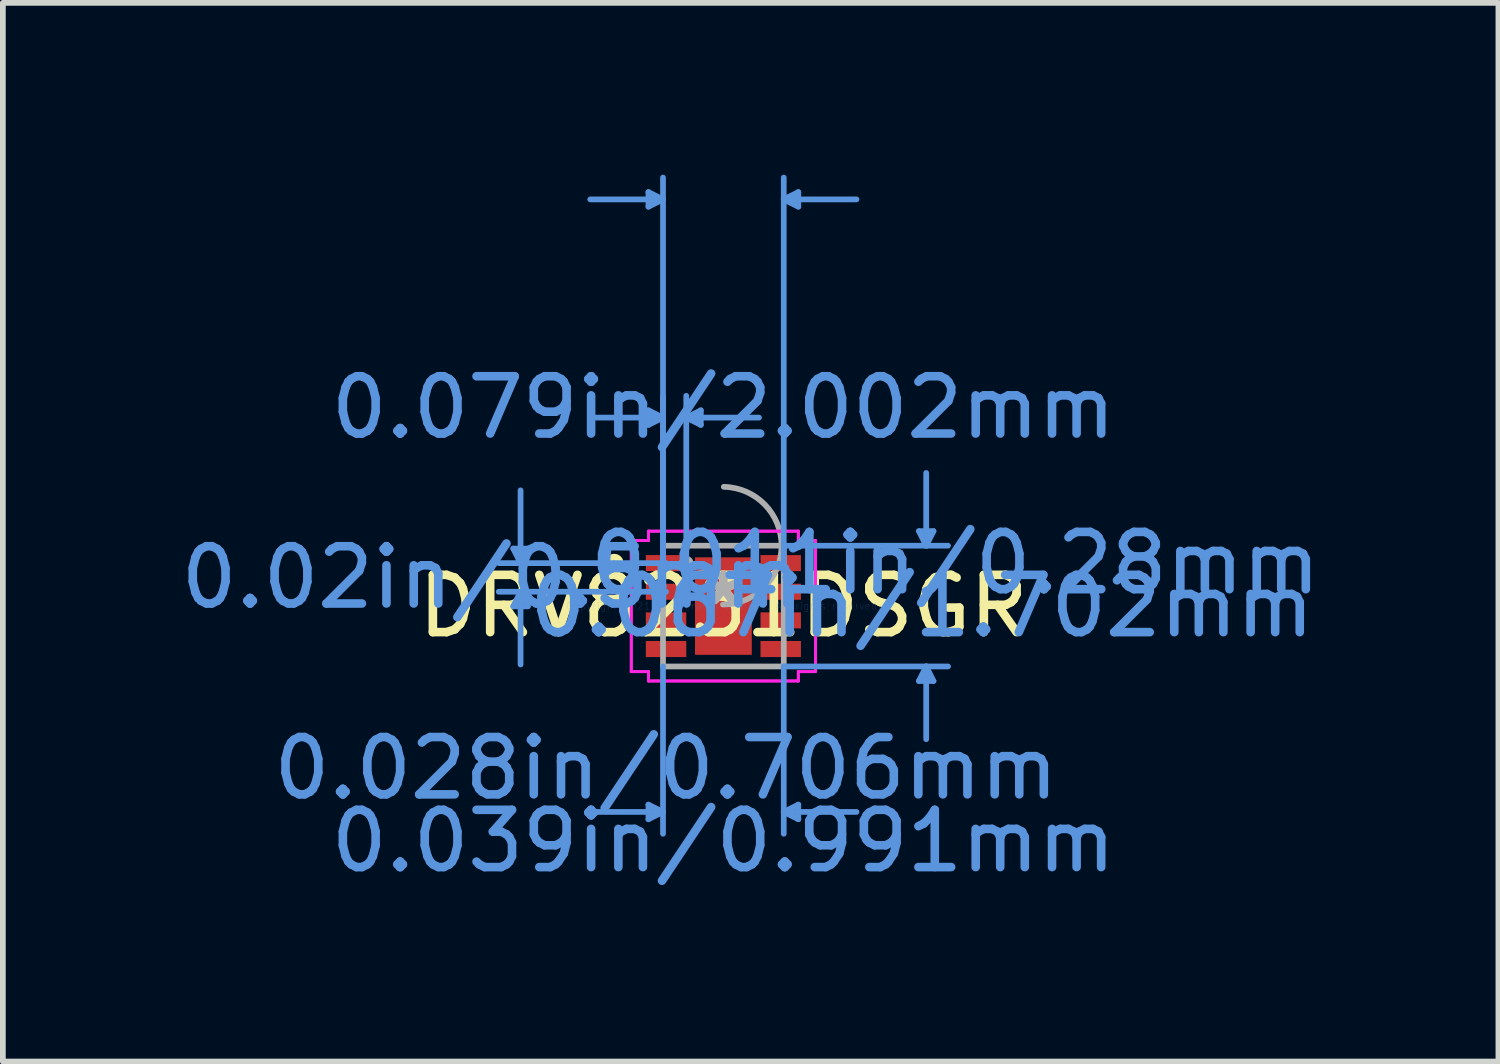
<source format=kicad_pcb>
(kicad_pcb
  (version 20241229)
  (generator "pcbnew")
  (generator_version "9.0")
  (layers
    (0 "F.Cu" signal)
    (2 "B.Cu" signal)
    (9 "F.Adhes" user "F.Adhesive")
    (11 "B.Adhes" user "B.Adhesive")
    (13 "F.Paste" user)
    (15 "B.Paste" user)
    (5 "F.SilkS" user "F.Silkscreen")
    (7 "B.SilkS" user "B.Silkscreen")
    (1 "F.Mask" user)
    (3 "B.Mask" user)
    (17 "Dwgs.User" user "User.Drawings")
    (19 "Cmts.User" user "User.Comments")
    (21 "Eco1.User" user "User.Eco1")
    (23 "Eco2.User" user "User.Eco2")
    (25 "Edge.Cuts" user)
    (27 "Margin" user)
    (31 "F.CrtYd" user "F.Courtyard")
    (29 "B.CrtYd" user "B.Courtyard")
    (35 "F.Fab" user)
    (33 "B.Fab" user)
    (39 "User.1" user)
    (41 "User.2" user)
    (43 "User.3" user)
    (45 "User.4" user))
  (footprint "DRV8231DSGR"
    (layer "F.Cu")
    (at 9.579 7.531)
    (property "Reference" "DRV8231DSGR" (at 0 0 0) (layer "F.SilkS") (effects (font (size 1 1) (thickness 0.15))))
    (attr through_hole)
    (fp_circle (center -1.905 -0.75) (end -1.803 -0.75) (stroke (width 0.12) (type solid)) (fill no) (layer "F.SilkS"))
    (fp_line (start -3.668 -1.004) (end -3.414 -1.004) (stroke (width 0.1) (type solid)) (layer "Cmts.User"))
    (fp_line (start -3.668 0.004) (end -3.414 0.004) (stroke (width 0.1) (type solid)) (layer "Cmts.User"))
    (fp_line (start -3.541 -0.75) (end -3.668 -1.004) (stroke (width 0.1) (type solid)) (layer "Cmts.User"))
    (fp_line (start -3.541 -0.75) (end -3.541 -2.02) (stroke (width 0.1) (type solid)) (layer "Cmts.User"))
    (fp_line (start -3.541 -0.75) (end -3.414 -1.004) (stroke (width 0.1) (type solid)) (layer "Cmts.User"))
    (fp_line (start -3.541 -0.25) (end -3.668 0.004) (stroke (width 0.1) (type solid)) (layer "Cmts.User"))
    (fp_line (start -3.541 -0.25) (end -3.541 1.02) (stroke (width 0.1) (type solid)) (layer "Cmts.User"))
    (fp_line (start -3.541 -0.25) (end -3.414 0.004) (stroke (width 0.1) (type solid)) (layer "Cmts.User"))
    (fp_line (start -1.308 -7.227) (end -1.308 -6.973) (stroke (width 0.1) (type solid)) (layer "Cmts.User"))
    (fp_line (start -1.308 -3.417) (end -1.308 -3.163) (stroke (width 0.1) (type solid)) (layer "Cmts.User"))
    (fp_line (start -1.308 3.467) (end -1.308 3.721) (stroke (width 0.1) (type solid)) (layer "Cmts.User"))
    (fp_line (start -1.054 -7.1) (end -2.324 -7.1) (stroke (width 0.1) (type solid)) (layer "Cmts.User"))
    (fp_line (start -1.054 -7.1) (end -1.308 -7.227) (stroke (width 0.1) (type solid)) (layer "Cmts.User"))
    (fp_line (start -1.054 -7.1) (end -1.308 -6.973) (stroke (width 0.1) (type solid)) (layer "Cmts.User"))
    (fp_line (start -1.054 -3.29) (end -2.324 -3.29) (stroke (width 0.1) (type solid)) (layer "Cmts.User"))
    (fp_line (start -1.054 -3.29) (end -1.308 -3.417) (stroke (width 0.1) (type solid)) (layer "Cmts.User"))
    (fp_line (start -1.054 -3.29) (end -1.308 -3.163) (stroke (width 0.1) (type solid)) (layer "Cmts.User"))
    (fp_line (start -1.054 -0.75) (end -1.054 -7.481) (stroke (width 0.1) (type solid)) (layer "Cmts.User"))
    (fp_line (start -1.054 -0.75) (end -1.054 -3.671) (stroke (width 0.1) (type solid)) (layer "Cmts.User"))
    (fp_line (start -1.054 1.054) (end -1.054 3.975) (stroke (width 0.1) (type solid)) (layer "Cmts.User"))
    (fp_line (start -1.054 3.594) (end -2.324 3.594) (stroke (width 0.1) (type solid)) (layer "Cmts.User"))
    (fp_line (start -1.054 3.594) (end -1.308 3.467) (stroke (width 0.1) (type solid)) (layer "Cmts.User"))
    (fp_line (start -1.054 3.594) (end -1.308 3.721) (stroke (width 0.1) (type solid)) (layer "Cmts.User"))
    (fp_line (start -1.001 -0.75) (end -3.922 -0.75) (stroke (width 0.1) (type solid)) (layer "Cmts.User"))
    (fp_line (start -1.001 -0.25) (end -3.922 -0.25) (stroke (width 0.1) (type solid)) (layer "Cmts.User"))
    (fp_line (start -0.648 -3.29) (end -0.394 -3.417) (stroke (width 0.1) (type solid)) (layer "Cmts.User"))
    (fp_line (start -0.648 -3.29) (end -0.394 -3.163) (stroke (width 0.1) (type solid)) (layer "Cmts.User"))
    (fp_line (start -0.648 -3.29) (end 0.622 -3.29) (stroke (width 0.1) (type solid)) (layer "Cmts.User"))
    (fp_line (start -0.648 -0.75) (end -0.648 -3.671) (stroke (width 0.1) (type solid)) (layer "Cmts.User"))
    (fp_line (start -0.394 -3.417) (end -0.394 -3.163) (stroke (width 0.1) (type solid)) (layer "Cmts.User"))
    (fp_line (start 1.054 -7.1) (end 1.308 -7.227) (stroke (width 0.1) (type solid)) (layer "Cmts.User"))
    (fp_line (start 1.054 -7.1) (end 1.308 -6.973) (stroke (width 0.1) (type solid)) (layer "Cmts.User"))
    (fp_line (start 1.054 -7.1) (end 2.324 -7.1) (stroke (width 0.1) (type solid)) (layer "Cmts.User"))
    (fp_line (start 1.054 -1.054) (end 3.922 -1.054) (stroke (width 0.1) (type solid)) (layer "Cmts.User"))
    (fp_line (start 1.054 -0.75) (end 1.054 -7.481) (stroke (width 0.1) (type solid)) (layer "Cmts.User"))
    (fp_line (start 1.054 1.054) (end 1.054 3.975) (stroke (width 0.1) (type solid)) (layer "Cmts.User"))
    (fp_line (start 1.054 1.054) (end 3.922 1.054) (stroke (width 0.1) (type solid)) (layer "Cmts.User"))
    (fp_line (start 1.054 3.594) (end 1.308 3.467) (stroke (width 0.1) (type solid)) (layer "Cmts.User"))
    (fp_line (start 1.054 3.594) (end 1.308 3.721) (stroke (width 0.1) (type solid)) (layer "Cmts.User"))
    (fp_line (start 1.054 3.594) (end 2.324 3.594) (stroke (width 0.1) (type solid)) (layer "Cmts.User"))
    (fp_line (start 1.308 -7.227) (end 1.308 -6.973) (stroke (width 0.1) (type solid)) (layer "Cmts.User"))
    (fp_line (start 1.308 3.467) (end 1.308 3.721) (stroke (width 0.1) (type solid)) (layer "Cmts.User"))
    (fp_line (start 3.414 -1.308) (end 3.668 -1.308) (stroke (width 0.1) (type solid)) (layer "Cmts.User"))
    (fp_line (start 3.414 1.308) (end 3.668 1.308) (stroke (width 0.1) (type solid)) (layer "Cmts.User"))
    (fp_line (start 3.541 -1.054) (end 3.414 -1.308) (stroke (width 0.1) (type solid)) (layer "Cmts.User"))
    (fp_line (start 3.541 -1.054) (end 3.541 -2.324) (stroke (width 0.1) (type solid)) (layer "Cmts.User"))
    (fp_line (start 3.541 -1.054) (end 3.668 -1.308) (stroke (width 0.1) (type solid)) (layer "Cmts.User"))
    (fp_line (start 3.541 1.054) (end 3.414 1.308) (stroke (width 0.1) (type solid)) (layer "Cmts.User"))
    (fp_line (start 3.541 1.054) (end 3.541 2.324) (stroke (width 0.1) (type solid)) (layer "Cmts.User"))
    (fp_line (start 3.541 1.054) (end 3.668 1.308) (stroke (width 0.1) (type solid)) (layer "Cmts.User"))
    (fp_line (start -1.608 -1.144) (end -1.308 -1.144) (stroke (width 0.05) (type solid)) (layer "F.CrtYd"))
    (fp_line (start -1.608 -1.144) (end -1.308 -1.144) (stroke (width 0.05) (type solid)) (layer "F.CrtYd"))
    (fp_line (start -1.608 1.144) (end -1.608 -1.144) (stroke (width 0.05) (type solid)) (layer "F.CrtYd"))
    (fp_line (start -1.608 1.144) (end -1.608 -1.144) (stroke (width 0.05) (type solid)) (layer "F.CrtYd"))
    (fp_line (start -1.608 1.144) (end -1.308 1.144) (stroke (width 0.05) (type solid)) (layer "F.CrtYd"))
    (fp_line (start -1.308 -1.308) (end 1.308 -1.308) (stroke (width 0.05) (type solid)) (layer "F.CrtYd"))
    (fp_line (start -1.308 -1.308) (end 1.308 -1.308) (stroke (width 0.05) (type solid)) (layer "F.CrtYd"))
    (fp_line (start -1.308 -1.144) (end -1.308 -1.308) (stroke (width 0.05) (type solid)) (layer "F.CrtYd"))
    (fp_line (start -1.308 -1.144) (end -1.308 -1.308) (stroke (width 0.05) (type solid)) (layer "F.CrtYd"))
    (fp_line (start -1.308 1.144) (end -1.608 1.144) (stroke (width 0.05) (type solid)) (layer "F.CrtYd"))
    (fp_line (start -1.308 1.308) (end -1.308 1.144) (stroke (width 0.05) (type solid)) (layer "F.CrtYd"))
    (fp_line (start -1.308 1.308) (end -1.308 1.144) (stroke (width 0.05) (type solid)) (layer "F.CrtYd"))
    (fp_line (start 1.308 -1.308) (end 1.308 -1.144) (stroke (width 0.05) (type solid)) (layer "F.CrtYd"))
    (fp_line (start 1.308 -1.308) (end 1.308 -1.144) (stroke (width 0.05) (type solid)) (layer "F.CrtYd"))
    (fp_line (start 1.308 -1.144) (end 1.608 -1.144) (stroke (width 0.05) (type solid)) (layer "F.CrtYd"))
    (fp_line (start 1.308 1.144) (end 1.308 1.308) (stroke (width 0.05) (type solid)) (layer "F.CrtYd"))
    (fp_line (start 1.308 1.144) (end 1.308 1.308) (stroke (width 0.05) (type solid)) (layer "F.CrtYd"))
    (fp_line (start 1.308 1.308) (end -1.308 1.308) (stroke (width 0.05) (type solid)) (layer "F.CrtYd"))
    (fp_line (start 1.308 1.308) (end -1.308 1.308) (stroke (width 0.05) (type solid)) (layer "F.CrtYd"))
    (fp_line (start 1.608 -1.144) (end 1.308 -1.144) (stroke (width 0.05) (type solid)) (layer "F.CrtYd"))
    (fp_line (start 1.608 -1.144) (end 1.608 1.144) (stroke (width 0.05) (type solid)) (layer "F.CrtYd"))
    (fp_line (start 1.608 -1.144) (end 1.608 1.144) (stroke (width 0.05) (type solid)) (layer "F.CrtYd"))
    (fp_line (start 1.608 1.144) (end 1.308 1.144) (stroke (width 0.05) (type solid)) (layer "F.CrtYd"))
    (fp_line (start 1.608 1.144) (end 1.308 1.144) (stroke (width 0.05) (type solid)) (layer "F.CrtYd"))
    (fp_line (start -1.054 -1.054) (end -1.054 1.054) (stroke (width 0.1) (type solid)) (layer "F.Fab"))
    (fp_line (start -1.054 1.054) (end 1.054 1.054) (stroke (width 0.1) (type solid)) (layer "F.Fab"))
    (fp_line (start 1.054 -1.054) (end -1.054 -1.054) (stroke (width 0.1) (type solid)) (layer "F.Fab"))
    (fp_line (start 1.054 1.054) (end 1.054 -1.054) (stroke (width 0.1) (type solid)) (layer "F.Fab"))
    (fp_arc (start 0.007742 -2.081426) (mid 1.027326 -1.046358) (end -0.007742 -0.026774) (stroke (width 0.1) (type solid)) (layer "F.Fab"))
    (fp_circle (center -0.648 -0.75) (end -0.572 -0.75) (stroke (width 0.1) (type solid)) (fill no) (layer "F.Fab"))
    (fp_text user "*" (at 0 0 0) (layer "F.SilkS") (effects (font (size 1 1) (thickness 0.15))))
    (fp_text user "0.067in/1.702mm" (at 3.467 0 0) (layer "Cmts.User") (effects (font (size 1 1) (thickness 0.15))))
    (fp_text user "Copyright 2021 Accelerated Designs. All rights reserved." (at 0 0 0) (layer "Cmts.User") (effects (font (size 0.127 0.127) (thickness 0.002))))
    (fp_text user "0.011in/0.28mm" (at 4.049 -0.75 0) (layer "Cmts.User") (effects (font (size 1 1) (thickness 0.15))))
    (fp_text user "0.039in/0.991mm" (at 0 4.102 0) (layer "Cmts.User") (effects (font (size 1 1) (thickness 0.15))))
    (fp_text user "0.02in/0.5mm" (at -4.049 -0.5 0) (layer "Cmts.User") (effects (font (size 1 1) (thickness 0.15))))
    (fp_text user "0.028in/0.706mm" (at -1.001 2.832 0) (layer "Cmts.User") (effects (font (size 1 1) (thickness 0.15))))
    (fp_text user "0.079in/2.002mm" (at 0 -3.467 0) (layer "Cmts.User") (effects (font (size 1 1) (thickness 0.15))))
    (fp_text user "*" (at 0 0 0) (layer "F.Fab") (effects (font (size 1 1) (thickness 0.15))))
    (pad "1" smd rect (at -1.001 -0.75) (size 0.706 0.28) (layers "F.Cu" "F.Mask" "F.Paste"))
    (pad "2" smd rect (at -1.001 -0.25) (size 0.706 0.28) (layers "F.Cu" "F.Mask" "F.Paste"))
    (pad "3" smd rect (at -1.001 0.25) (size 0.706 0.28) (layers "F.Cu" "F.Mask" "F.Paste"))
    (pad "4" smd rect (at -1.001 0.75) (size 0.706 0.28) (layers "F.Cu" "F.Mask" "F.Paste"))
    (pad "5" smd rect (at 1.001 0.75) (size 0.706 0.28) (layers "F.Cu" "F.Mask" "F.Paste"))
    (pad "6" smd rect (at 1.001 0.25) (size 0.706 0.28) (layers "F.Cu" "F.Mask" "F.Paste"))
    (pad "7" smd rect (at 1.001 -0.25) (size 0.706 0.28) (layers "F.Cu" "F.Mask" "F.Paste"))
    (pad "8" smd rect (at 1.001 -0.75) (size 0.706 0.28) (layers "F.Cu" "F.Mask" "F.Paste"))
    (pad "9" smd rect (at 0 0) (size 0.991 1.702) (layers "F.Cu" "F.Mask" "F.Paste")))
  (gr_rect
    (start -3 -3)
    (end 23.11 15.482)
    (stroke (width 0.1) (type default))
    (fill no)
    (layer "Edge.Cuts")))
</source>
